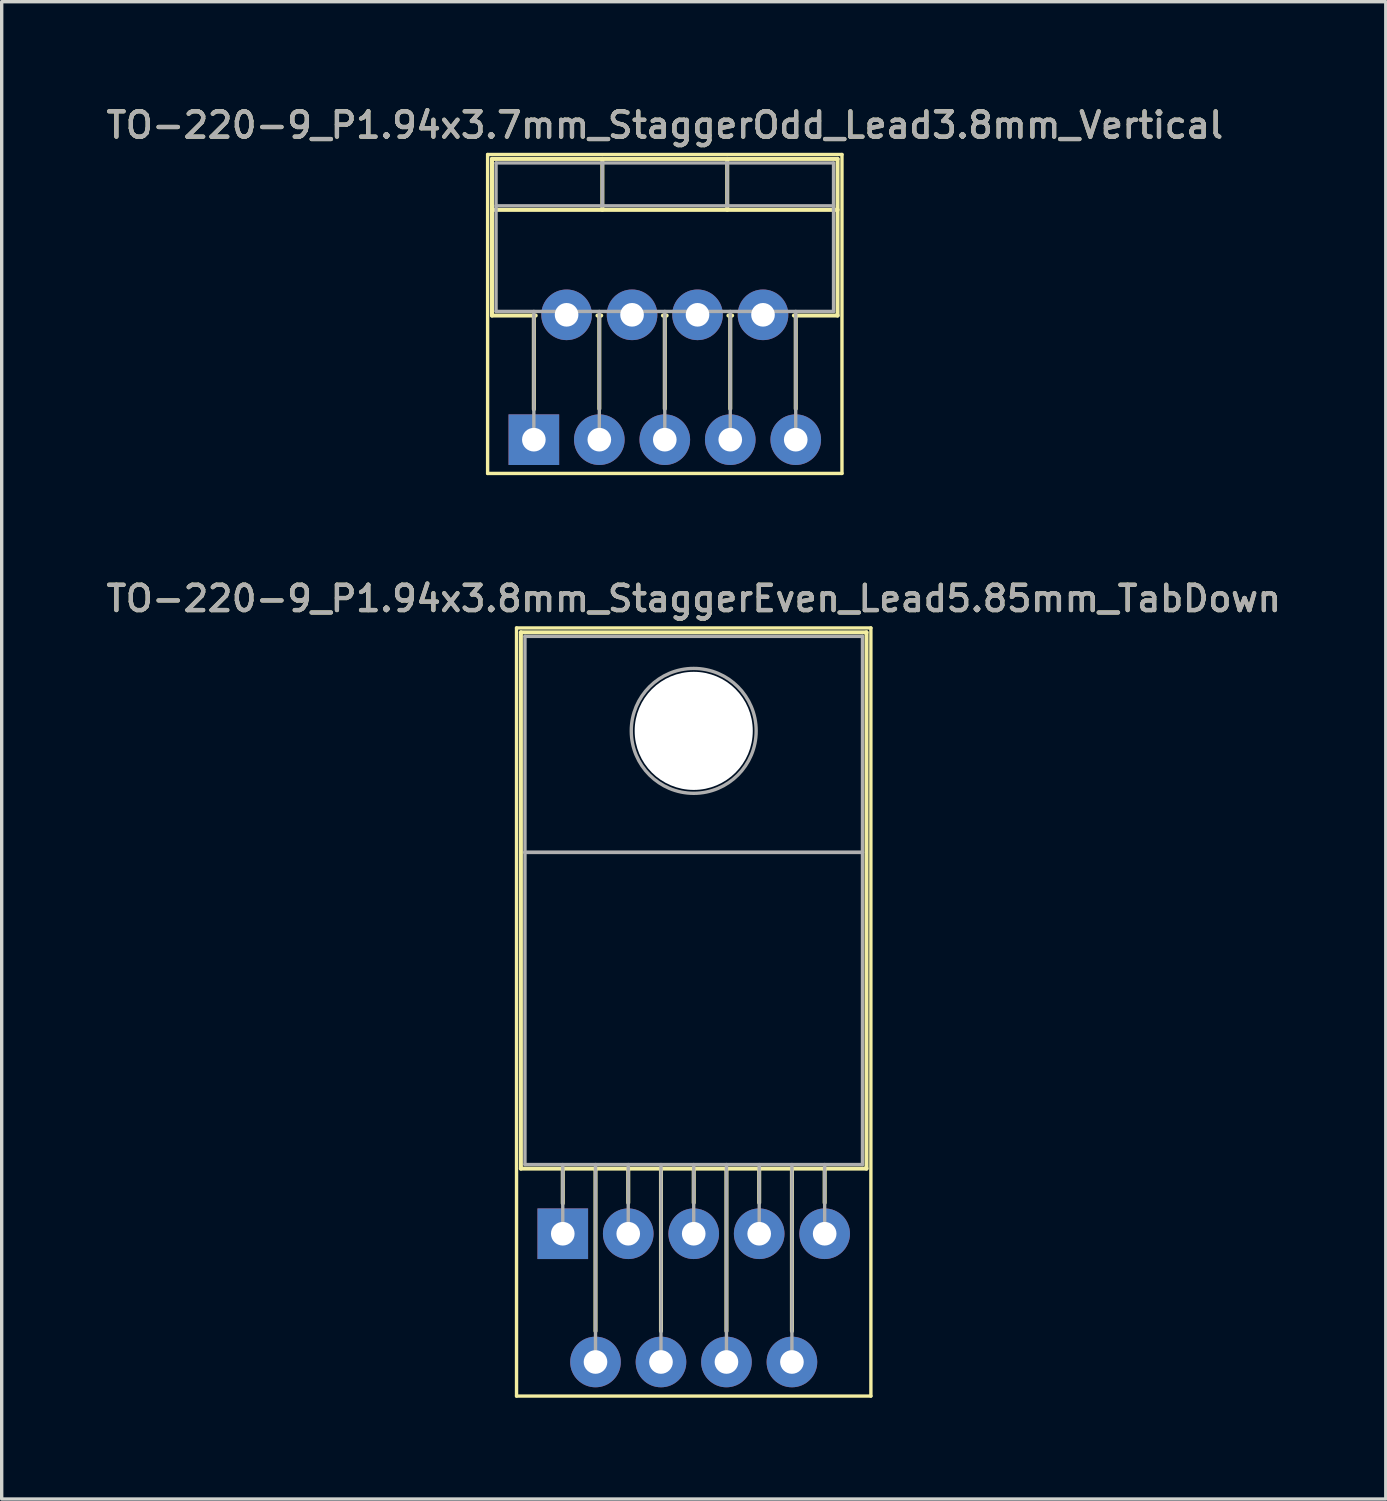
<source format=kicad_pcb>
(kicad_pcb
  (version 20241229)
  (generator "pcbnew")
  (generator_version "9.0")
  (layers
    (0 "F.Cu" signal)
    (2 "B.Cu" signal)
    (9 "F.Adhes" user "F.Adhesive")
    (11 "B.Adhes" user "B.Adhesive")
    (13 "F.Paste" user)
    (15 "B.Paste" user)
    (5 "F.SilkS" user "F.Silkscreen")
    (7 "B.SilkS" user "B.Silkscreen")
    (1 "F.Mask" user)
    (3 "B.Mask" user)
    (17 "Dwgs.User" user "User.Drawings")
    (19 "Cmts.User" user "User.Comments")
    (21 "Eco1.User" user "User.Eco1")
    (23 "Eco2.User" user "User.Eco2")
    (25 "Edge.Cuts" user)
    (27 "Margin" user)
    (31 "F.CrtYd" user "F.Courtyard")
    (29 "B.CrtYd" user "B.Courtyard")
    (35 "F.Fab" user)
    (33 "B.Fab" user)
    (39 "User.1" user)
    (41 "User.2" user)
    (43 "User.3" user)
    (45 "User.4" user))
  (footprint "TO-220-9_P1.94x3.8mm_StaggerEven_Lead5.85mm_TabDown"
    (layer "F.Cu")
    (at 13.625 33.506)
    (property "Reference" "TO-220-9_P1.94x3.8mm_StaggerEven_Lead5.85mm_TabDown" (at 3.88 -18.82 0) (layer "F.SilkS") (effects (font (size 0.75 0.75) (thickness 0.125))))
    (attr through_hole)
    (fp_line (start -1.37 -17.95) (end -1.37 4.81) (stroke (width 0.1) (type solid)) (layer "F.SilkS"))
    (fp_line (start -1.37 4.81) (end 9.13 4.81) (stroke (width 0.1) (type solid)) (layer "F.SilkS"))
    (fp_line (start -1.241 -17.82) (end -1.241 -1.93) (stroke (width 0.12) (type solid)) (layer "F.SilkS"))
    (fp_line (start -1.241 -17.82) (end 9 -17.82) (stroke (width 0.12) (type solid)) (layer "F.SilkS"))
    (fp_line (start -1.241 -1.93) (end 9 -1.93) (stroke (width 0.12) (type solid)) (layer "F.SilkS"))
    (fp_line (start 0 -1.93) (end 0 -0.9) (stroke (width 0.12) (type solid)) (layer "F.SilkS"))
    (fp_line (start 0.97 -1.93) (end 0.97 2.885) (stroke (width 0.12) (type solid)) (layer "F.SilkS"))
    (fp_line (start 1.94 -1.93) (end 1.94 -0.916) (stroke (width 0.12) (type solid)) (layer "F.SilkS"))
    (fp_line (start 2.91 -1.93) (end 2.91 2.885) (stroke (width 0.12) (type solid)) (layer "F.SilkS"))
    (fp_line (start 3.88 -1.93) (end 3.88 -0.916) (stroke (width 0.12) (type solid)) (layer "F.SilkS"))
    (fp_line (start 4.85 -1.93) (end 4.85 2.885) (stroke (width 0.12) (type solid)) (layer "F.SilkS"))
    (fp_line (start 5.82 -1.93) (end 5.82 -0.916) (stroke (width 0.12) (type solid)) (layer "F.SilkS"))
    (fp_line (start 6.79 -1.93) (end 6.79 2.885) (stroke (width 0.12) (type solid)) (layer "F.SilkS"))
    (fp_line (start 7.76 -1.93) (end 7.76 -0.916) (stroke (width 0.12) (type solid)) (layer "F.SilkS"))
    (fp_line (start 9 -17.82) (end 9 -1.93) (stroke (width 0.12) (type solid)) (layer "F.SilkS"))
    (fp_line (start 9.13 -17.95) (end -1.37 -17.95) (stroke (width 0.1) (type solid)) (layer "F.SilkS"))
    (fp_line (start 9.13 4.81) (end 9.13 -17.95) (stroke (width 0.1) (type solid)) (layer "F.SilkS"))
    (fp_line (start -1.12 -17.7) (end 8.88 -17.7) (stroke (width 0.1) (type solid)) (layer "F.Fab"))
    (fp_line (start -1.12 -11.3) (end -1.12 -17.7) (stroke (width 0.1) (type solid)) (layer "F.Fab"))
    (fp_line (start -1.12 -11.3) (end 8.88 -11.3) (stroke (width 0.1) (type solid)) (layer "F.Fab"))
    (fp_line (start -1.12 -2.05) (end -1.12 -11.3) (stroke (width 0.1) (type solid)) (layer "F.Fab"))
    (fp_line (start 0 -2.05) (end 0 0) (stroke (width 0.1) (type solid)) (layer "F.Fab"))
    (fp_line (start 0.97 -2.05) (end 0.97 3.8) (stroke (width 0.1) (type solid)) (layer "F.Fab"))
    (fp_line (start 1.94 -2.05) (end 1.94 0) (stroke (width 0.1) (type solid)) (layer "F.Fab"))
    (fp_line (start 2.91 -2.05) (end 2.91 3.8) (stroke (width 0.1) (type solid)) (layer "F.Fab"))
    (fp_line (start 3.88 -2.05) (end 3.88 0) (stroke (width 0.1) (type solid)) (layer "F.Fab"))
    (fp_line (start 4.85 -2.05) (end 4.85 3.8) (stroke (width 0.1) (type solid)) (layer "F.Fab"))
    (fp_line (start 5.82 -2.05) (end 5.82 0) (stroke (width 0.1) (type solid)) (layer "F.Fab"))
    (fp_line (start 6.79 -2.05) (end 6.79 3.8) (stroke (width 0.1) (type solid)) (layer "F.Fab"))
    (fp_line (start 7.76 -2.05) (end 7.76 0) (stroke (width 0.1) (type solid)) (layer "F.Fab"))
    (fp_line (start 8.88 -17.7) (end 8.88 -11.3) (stroke (width 0.1) (type solid)) (layer "F.Fab"))
    (fp_line (start 8.88 -11.3) (end -1.12 -11.3) (stroke (width 0.1) (type solid)) (layer "F.Fab"))
    (fp_line (start 8.88 -11.3) (end 8.88 -2.05) (stroke (width 0.1) (type solid)) (layer "F.Fab"))
    (fp_line (start 8.88 -2.05) (end -1.12 -2.05) (stroke (width 0.1) (type solid)) (layer "F.Fab"))
    (fp_circle (center 3.88 -14.9) (end 5.73 -14.9) (stroke (width 0.1) (type solid)) (fill no) (layer "F.Fab"))
    (fp_text user "${REFERENCE}" (at 3.88 -18.82 0) (layer "F.Fab") (effects (font (size 0.75 0.75) (thickness 0.125))))
    (pad "" np_thru_hole oval (at 3.88 -14.9) (size 3.5 3.5) (drill 3.5) (layers "*.Cu" "*.Mask"))
    (pad "1" thru_hole rect (at 0 0) (size 1.5 1.5) (drill 0.7) (layers "*.Cu" "*.Mask"))
    (pad "2" thru_hole oval (at 0.97 3.8) (size 1.5 1.5) (drill 0.7) (layers "*.Cu" "*.Mask"))
    (pad "3" thru_hole oval (at 1.94 0) (size 1.5 1.5) (drill 0.7) (layers "*.Cu" "*.Mask"))
    (pad "4" thru_hole oval (at 2.91 3.8) (size 1.5 1.5) (drill 0.7) (layers "*.Cu" "*.Mask"))
    (pad "5" thru_hole oval (at 3.88 0) (size 1.5 1.5) (drill 0.7) (layers "*.Cu" "*.Mask"))
    (pad "6" thru_hole oval (at 4.85 3.8) (size 1.5 1.5) (drill 0.7) (layers "*.Cu" "*.Mask"))
    (pad "7" thru_hole oval (at 5.82 0) (size 1.5 1.5) (drill 0.7) (layers "*.Cu" "*.Mask"))
    (pad "8" thru_hole oval (at 6.79 3.8) (size 1.5 1.5) (drill 0.7) (layers "*.Cu" "*.Mask"))
    (pad "9" thru_hole oval (at 7.76 0) (size 1.5 1.5) (drill 0.7) (layers "*.Cu" "*.Mask")))
  (footprint "TO-220-9_P1.94x3.7mm_StaggerOdd_Lead3.8mm_Vertical"
    (layer "F.Cu")
    (at 12.768 9.978)
    (property "Reference" "TO-220-9_P1.94x3.7mm_StaggerOdd_Lead3.8mm_Vertical" (at 3.88 -9.32 0) (layer "F.SilkS") (effects (font (size 0.75 0.75) (thickness 0.125))))
    (attr through_hole)
    (fp_line (start -1.37 -8.45) (end -1.37 1) (stroke (width 0.1) (type solid)) (layer "F.SilkS"))
    (fp_line (start -1.37 1) (end 9.13 1) (stroke (width 0.1) (type solid)) (layer "F.SilkS"))
    (fp_line (start -1.241 -8.32) (end -1.241 -3.679) (stroke (width 0.12) (type solid)) (layer "F.SilkS"))
    (fp_line (start -1.241 -8.32) (end 9 -8.32) (stroke (width 0.12) (type solid)) (layer "F.SilkS"))
    (fp_line (start -1.241 -6.811) (end 9 -6.811) (stroke (width 0.12) (type solid)) (layer "F.SilkS"))
    (fp_line (start -1.241 -3.679) (end 0.055 -3.679) (stroke (width 0.12) (type solid)) (layer "F.SilkS"))
    (fp_line (start 0 -3.679) (end 0 -0.9) (stroke (width 0.12) (type solid)) (layer "F.SilkS"))
    (fp_line (start 1.885 -3.679) (end 1.996 -3.679) (stroke (width 0.12) (type solid)) (layer "F.SilkS"))
    (fp_line (start 1.94 -3.679) (end 1.94 -0.915) (stroke (width 0.12) (type solid)) (layer "F.SilkS"))
    (fp_line (start 2.03 -8.32) (end 2.03 -6.811) (stroke (width 0.12) (type solid)) (layer "F.SilkS"))
    (fp_line (start 3.825 -3.679) (end 3.935 -3.679) (stroke (width 0.12) (type solid)) (layer "F.SilkS"))
    (fp_line (start 3.88 -3.679) (end 3.88 -0.915) (stroke (width 0.12) (type solid)) (layer "F.SilkS"))
    (fp_line (start 5.73 -8.32) (end 5.73 -6.811) (stroke (width 0.12) (type solid)) (layer "F.SilkS"))
    (fp_line (start 5.765 -3.679) (end 5.875 -3.679) (stroke (width 0.12) (type solid)) (layer "F.SilkS"))
    (fp_line (start 5.82 -3.679) (end 5.82 -0.915) (stroke (width 0.12) (type solid)) (layer "F.SilkS"))
    (fp_line (start 7.705 -3.679) (end 9 -3.679) (stroke (width 0.12) (type solid)) (layer "F.SilkS"))
    (fp_line (start 7.76 -3.679) (end 7.76 -0.915) (stroke (width 0.12) (type solid)) (layer "F.SilkS"))
    (fp_line (start 9 -8.32) (end 9 -3.679) (stroke (width 0.12) (type solid)) (layer "F.SilkS"))
    (fp_line (start 9.13 -8.45) (end -1.37 -8.45) (stroke (width 0.1) (type solid)) (layer "F.SilkS"))
    (fp_line (start 9.13 1) (end 9.13 -8.45) (stroke (width 0.1) (type solid)) (layer "F.SilkS"))
    (fp_line (start -1.12 -8.2) (end -1.12 -3.8) (stroke (width 0.1) (type solid)) (layer "F.Fab"))
    (fp_line (start -1.12 -6.93) (end 8.88 -6.93) (stroke (width 0.1) (type solid)) (layer "F.Fab"))
    (fp_line (start -1.12 -3.8) (end 8.88 -3.8) (stroke (width 0.1) (type solid)) (layer "F.Fab"))
    (fp_line (start 0 -3.8) (end 0 0) (stroke (width 0.1) (type solid)) (layer "F.Fab"))
    (fp_line (start 0.97 -3.8) (end 0.97 -3.7) (stroke (width 0.1) (type solid)) (layer "F.Fab"))
    (fp_line (start 1.94 -3.8) (end 1.94 0) (stroke (width 0.1) (type solid)) (layer "F.Fab"))
    (fp_line (start 2.03 -8.2) (end 2.03 -6.93) (stroke (width 0.1) (type solid)) (layer "F.Fab"))
    (fp_line (start 2.91 -3.8) (end 2.91 -3.7) (stroke (width 0.1) (type solid)) (layer "F.Fab"))
    (fp_line (start 3.88 -3.8) (end 3.88 0) (stroke (width 0.1) (type solid)) (layer "F.Fab"))
    (fp_line (start 4.85 -3.8) (end 4.85 -3.7) (stroke (width 0.1) (type solid)) (layer "F.Fab"))
    (fp_line (start 5.73 -8.2) (end 5.73 -6.93) (stroke (width 0.1) (type solid)) (layer "F.Fab"))
    (fp_line (start 5.82 -3.8) (end 5.82 0) (stroke (width 0.1) (type solid)) (layer "F.Fab"))
    (fp_line (start 6.79 -3.8) (end 6.79 -3.7) (stroke (width 0.1) (type solid)) (layer "F.Fab"))
    (fp_line (start 7.76 -3.8) (end 7.76 0) (stroke (width 0.1) (type solid)) (layer "F.Fab"))
    (fp_line (start 8.88 -8.2) (end -1.12 -8.2) (stroke (width 0.1) (type solid)) (layer "F.Fab"))
    (fp_line (start 8.88 -3.8) (end 8.88 -8.2) (stroke (width 0.1) (type solid)) (layer "F.Fab"))
    (fp_text user "${REFERENCE}" (at 3.88 -9.32 0) (layer "F.Fab") (effects (font (size 0.75 0.75) (thickness 0.125))))
    (pad "1" thru_hole rect (at 0 0) (size 1.5 1.5) (drill 0.7) (layers "*.Cu" "*.Mask"))
    (pad "2" thru_hole oval (at 0.97 -3.7) (size 1.5 1.5) (drill 0.7) (layers "*.Cu" "*.Mask"))
    (pad "3" thru_hole oval (at 1.94 0) (size 1.5 1.5) (drill 0.7) (layers "*.Cu" "*.Mask"))
    (pad "4" thru_hole oval (at 2.91 -3.7) (size 1.5 1.5) (drill 0.7) (layers "*.Cu" "*.Mask"))
    (pad "5" thru_hole oval (at 3.88 0) (size 1.5 1.5) (drill 0.7) (layers "*.Cu" "*.Mask"))
    (pad "6" thru_hole oval (at 4.85 -3.7) (size 1.5 1.5) (drill 0.7) (layers "*.Cu" "*.Mask"))
    (pad "7" thru_hole oval (at 5.82 0) (size 1.5 1.5) (drill 0.7) (layers "*.Cu" "*.Mask"))
    (pad "8" thru_hole oval (at 6.79 -3.7) (size 1.5 1.5) (drill 0.7) (layers "*.Cu" "*.Mask"))
    (pad "9" thru_hole oval (at 7.76 0) (size 1.5 1.5) (drill 0.7) (layers "*.Cu" "*.Mask")))
  (gr_rect
    (start -3 -3)
    (end 38.011 41.366)
    (stroke (width 0.1) (type default))
    (fill no)
    (layer "Edge.Cuts")))
</source>
